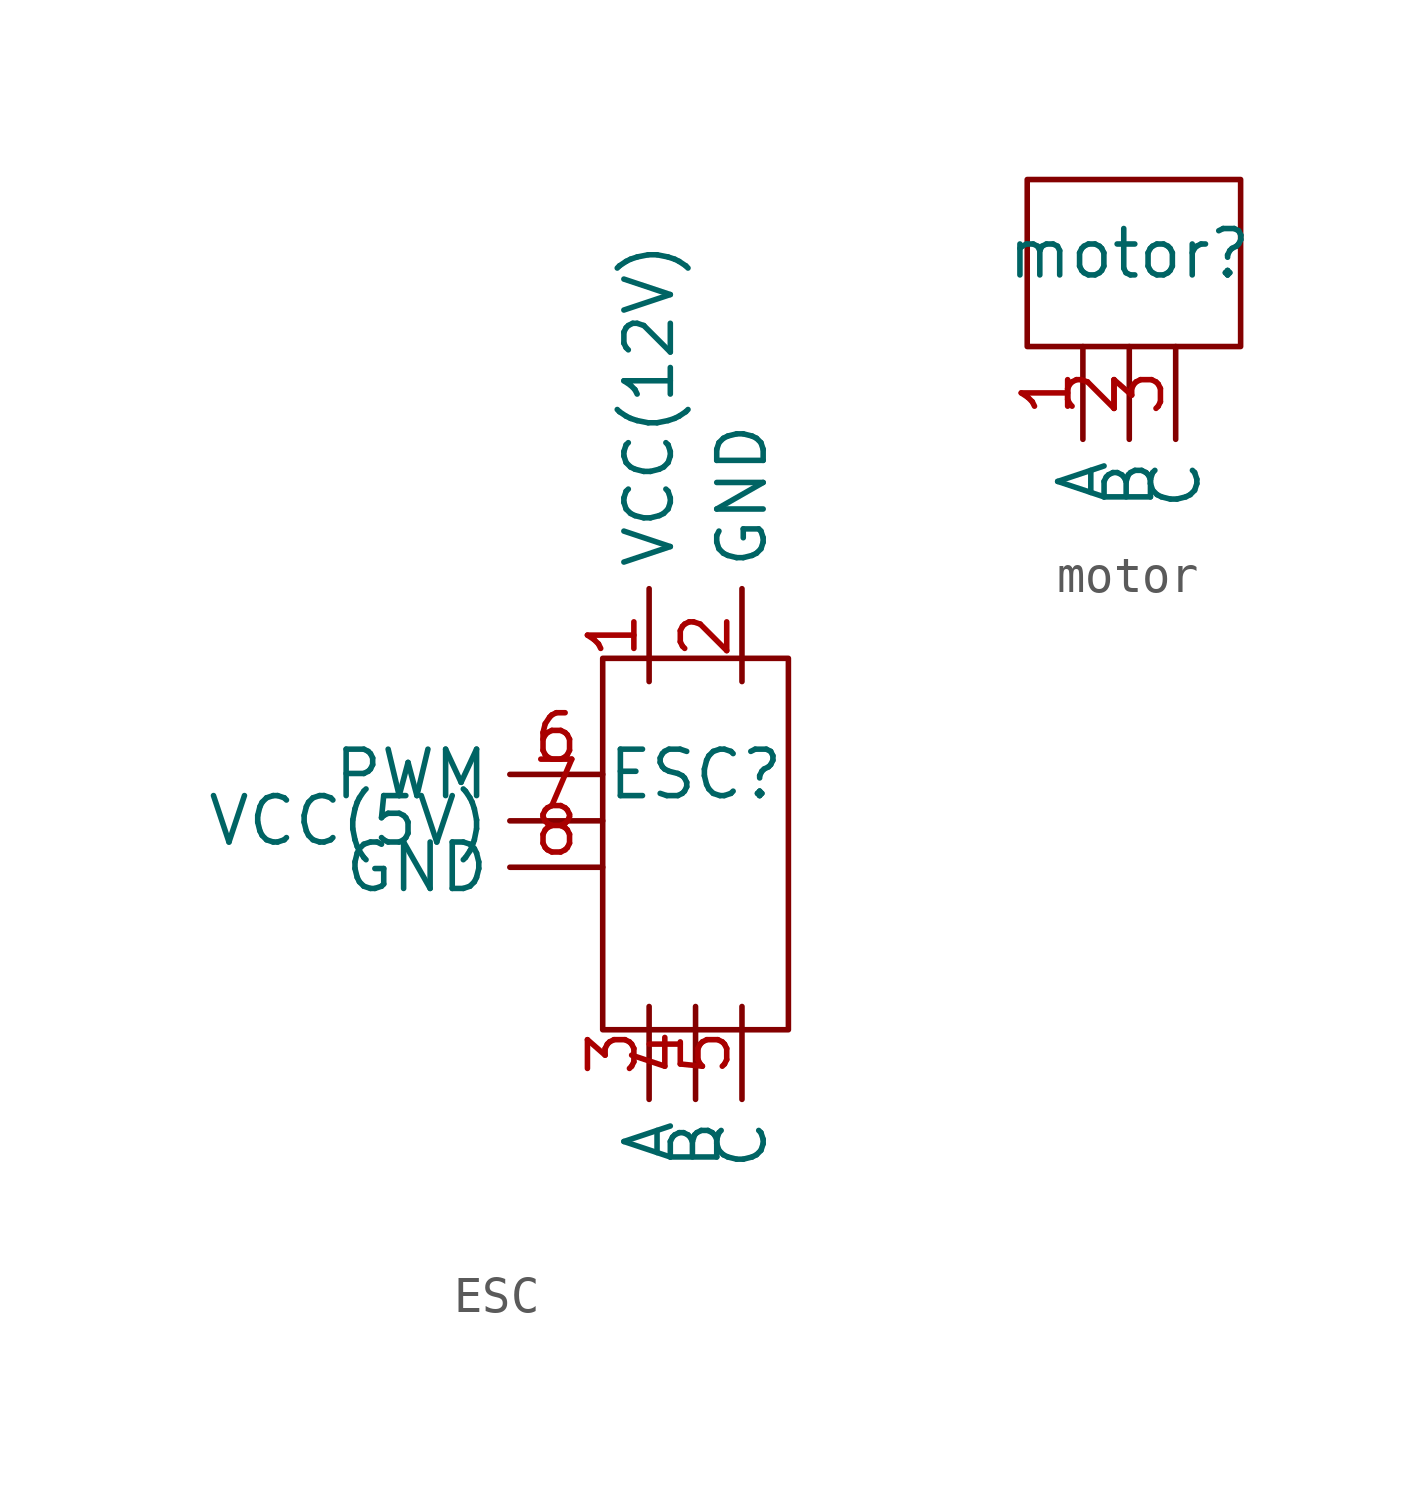
<source format=kicad_sym>
(kicad_symbol_lib
  (version 20231120)
  (generator "kicad_symbol_editor")
  (generator_version "8.0")
  (symbol "ESC"
    (property "Reference" "ESC"
      (at 0 0 0)
      (effects (font (size 1.27 1.27))))
    (property "Value" ""
      (at 0 0 0)
      (effects (font (size 1.27 1.27))))
    (symbol "ESC_0_1"
      (rectangle (start -2.54 3.175) (end 2.54 -6.985) (stroke (width 0) (type default)) (fill (type none))))
    (symbol "ESC_1_1"
      (pin input line (at -1.27 2.54 90) (length 2.54) (name "VCC(12V)" (effects (font (size 1.27 1.27)))) (number "1" (effects (font (size 1.27 1.27)))))
      (pin input line (at 1.27 2.54 90) (length 2.54) (name "GND" (effects (font (size 1.27 1.27)))) (number "2" (effects (font (size 1.27 1.27)))))
      (pin output line (at -1.27 -6.35 270) (length 2.54) (name "A" (effects (font (size 1.27 1.27)))) (number "3" (effects (font (size 1.27 1.27)))))
      (pin output line (at 0 -6.35 270) (length 2.54) (name "B" (effects (font (size 1.27 1.27)))) (number "4" (effects (font (size 1.27 1.27)))))
      (pin output line (at 1.27 -6.35 270) (length 2.54) (name "C" (effects (font (size 1.27 1.27)))) (number "5" (effects (font (size 1.27 1.27)))))
      (pin input line (at -2.54 0 180) (length 2.54) (name "PWM" (effects (font (size 1.27 1.27)))) (number "6" (effects (font (size 1.27 1.27)))))
      (pin input line (at -2.54 -1.27 180) (length 2.54) (name "VCC(5V)" (effects (font (size 1.27 1.27)))) (number "7" (effects (font (size 1.27 1.27)))))
      (pin input line (at -2.54 -2.54 180) (length 2.54) (name "GND" (effects (font (size 1.27 1.27)))) (number "8" (effects (font (size 1.27 1.27)))))))
  (symbol "motor"
    (property "Reference" "motor"
      (at 0 0 0)
      (effects (font (size 1.27 1.27))))
    (property "Value" ""
      (at 0 0 0)
      (effects (font (size 1.27 1.27))))
    (symbol "motor_0_1"
      (rectangle (start -2.794 2.032) (end 3.048 -2.54) (stroke (width 0) (type default)) (fill (type none))))
    (symbol "motor_1_1"
      (pin input line (at -1.27 -2.54 270) (length 2.54) (name "A" (effects (font (size 1.27 1.27)))) (number "1" (effects (font (size 1.27 1.27)))))
      (pin input line (at 0 -2.54 270) (length 2.54) (name "B" (effects (font (size 1.27 1.27)))) (number "2" (effects (font (size 1.27 1.27)))))
      (pin input line (at 1.27 -2.54 270) (length 2.54) (name "C" (effects (font (size 1.27 1.27)))) (number "3" (effects (font (size 1.27 1.27))))))))
</source>
